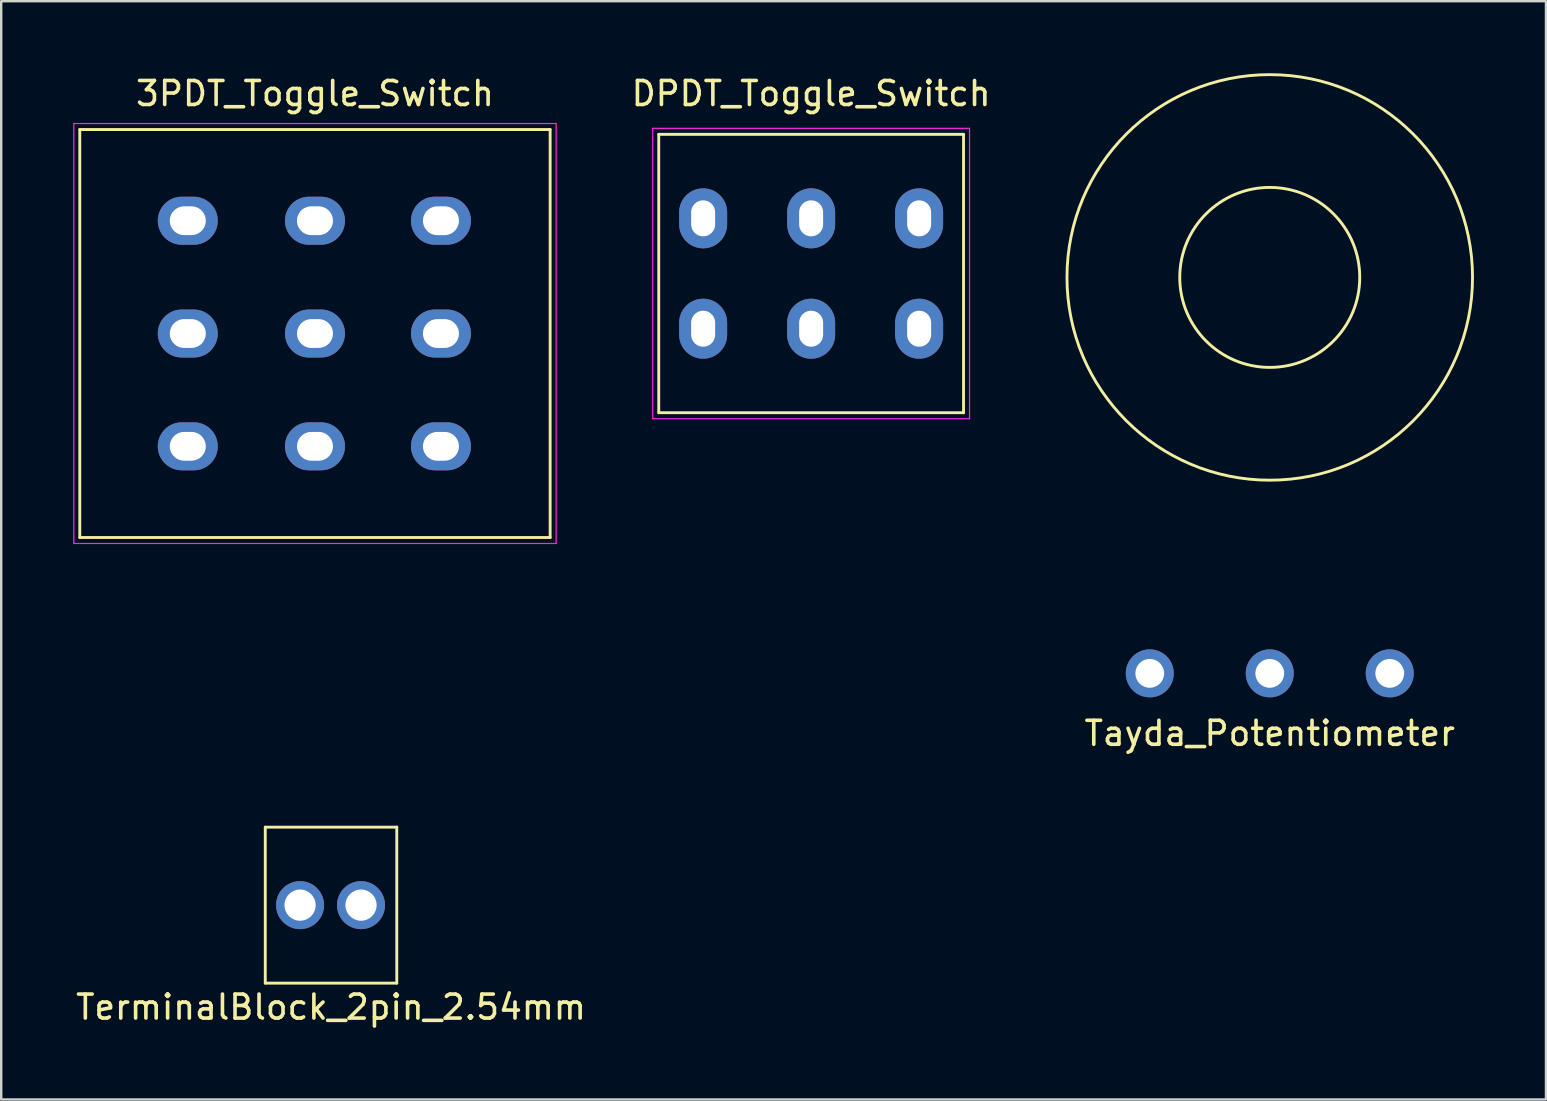
<source format=kicad_pcb>
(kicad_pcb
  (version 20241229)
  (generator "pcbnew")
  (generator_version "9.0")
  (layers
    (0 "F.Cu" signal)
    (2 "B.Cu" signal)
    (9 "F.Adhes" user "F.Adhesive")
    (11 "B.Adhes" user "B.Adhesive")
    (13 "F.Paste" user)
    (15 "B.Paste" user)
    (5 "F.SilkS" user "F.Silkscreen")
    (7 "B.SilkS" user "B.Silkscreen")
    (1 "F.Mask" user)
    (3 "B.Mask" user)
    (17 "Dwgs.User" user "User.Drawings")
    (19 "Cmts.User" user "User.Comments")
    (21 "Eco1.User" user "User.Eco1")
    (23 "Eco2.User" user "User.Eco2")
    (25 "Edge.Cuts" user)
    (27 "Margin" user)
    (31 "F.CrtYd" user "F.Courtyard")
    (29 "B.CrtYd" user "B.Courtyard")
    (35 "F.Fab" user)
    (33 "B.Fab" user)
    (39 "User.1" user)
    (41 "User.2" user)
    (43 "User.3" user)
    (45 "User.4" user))
  (footprint "3PDT_Toggle_Switch"
    (layer "F.Cu")
    (at 10.075 10.848)
    (property "Reference" "3PDT_Toggle_Switch" (at 0 -10 0) (layer "F.SilkS") (effects (font (size 1 1) (thickness 0.15))))
    (attr through_hole)
    (fp_line (start -9.8 -8.5) (end -9.8 8.5) (stroke (width 0.12) (type solid)) (layer "F.SilkS"))
    (fp_line (start -9.8 -8.5) (end 9.8 -8.5) (stroke (width 0.12) (type solid)) (layer "F.SilkS"))
    (fp_line (start -9.8 8.5) (end 9.8 8.5) (stroke (width 0.12) (type solid)) (layer "F.SilkS"))
    (fp_line (start 9.8 -8.5) (end 9.8 8.5) (stroke (width 0.12) (type solid)) (layer "F.SilkS"))
    (fp_line (start -10.05 -8.75) (end -10.05 8.75) (stroke (width 0.05) (type solid)) (layer "F.CrtYd"))
    (fp_line (start -10.05 -8.75) (end 10.05 -8.75) (stroke (width 0.05) (type solid)) (layer "F.CrtYd"))
    (fp_line (start -10.05 8.75) (end 10.05 8.75) (stroke (width 0.05) (type solid)) (layer "F.CrtYd"))
    (fp_line (start 10.05 -8.75) (end 10.05 8.75) (stroke (width 0.05) (type solid)) (layer "F.CrtYd"))
    (pad "1" thru_hole oval (at -5.3 -4.7) (size 2.5 2) (drill oval 1.5 1.2) (layers "*.Cu" "*.Mask"))
    (pad "2" thru_hole oval (at -5.3 0) (size 2.5 2) (drill oval 1.5 1.2) (layers "*.Cu" "*.Mask"))
    (pad "3" thru_hole oval (at -5.3 4.7) (size 2.5 2) (drill oval 1.5 1.2) (layers "*.Cu" "*.Mask"))
    (pad "4" thru_hole oval (at 0 -4.7) (size 2.5 2) (drill oval 1.5 1.2) (layers "*.Cu" "*.Mask"))
    (pad "5" thru_hole oval (at 0 0) (size 2.5 2) (drill oval 1.5 1.2) (layers "*.Cu" "*.Mask"))
    (pad "6" thru_hole oval (at 0 4.7) (size 2.5 2) (drill oval 1.5 1.2) (layers "*.Cu" "*.Mask"))
    (pad "7" thru_hole oval (at 5.25 -4.7) (size 2.5 2) (drill oval 1.5 1.2) (layers "*.Cu" "*.Mask"))
    (pad "8" thru_hole oval (at 5.25 0) (size 2.5 2) (drill oval 1.5 1.2) (layers "*.Cu" "*.Mask"))
    (pad "9" thru_hole oval (at 5.25 4.7) (size 2.5 2) (drill oval 1.5 1.2) (layers "*.Cu" "*.Mask")))
  (footprint "TerminalBlock_2pin_2.54mm"
    (layer "F.Cu")
    (at 10.744 34.668)
    (property "Reference" "TerminalBlock_2pin_2.54mm" (at 0 4.25 0) (layer "F.SilkS") (effects (font (size 1 1) (thickness 0.15))))
    (attr through_hole)
    (fp_line (start -2.74 -3.25) (end -2.74 3.25) (stroke (width 0.12) (type solid)) (layer "F.SilkS"))
    (fp_line (start -2.74 -3.25) (end 2.74 -3.25) (stroke (width 0.12) (type solid)) (layer "F.SilkS"))
    (fp_line (start -2.74 3.25) (end 2.74 3.25) (stroke (width 0.12) (type solid)) (layer "F.SilkS"))
    (fp_line (start 2.74 -3.25) (end 2.74 3.25) (stroke (width 0.12) (type solid)) (layer "F.SilkS"))
    (pad "1" thru_hole circle (at -1.29 0) (size 2 2) (drill 1.3) (layers "*.Cu" "*.Mask"))
    (pad "2" thru_hole circle (at 1.25 0) (size 2 2) (drill 1.3) (layers "*.Cu" "*.Mask")))
  (footprint "Tayda_Potentiometer"
    (layer "F.Cu")
    (at 49.862 24.76)
    (property "Reference" "Tayda_Potentiometer" (at 0 2.75 0) (layer "F.SilkS") (effects (font (size 1 1) (thickness 0.15))))
    (attr through_hole)
    (fp_circle (center 0 -16.25) (end 3.75 -16.25) (stroke (width 0.12) (type solid)) (fill no) (layer "F.SilkS"))
    (fp_circle (center 0 -16.25) (end 8.45 -16.25) (stroke (width 0.12) (type solid)) (fill no) (layer "F.SilkS"))
    (pad "1" thru_hole circle (at -5 0.25) (size 2 2) (drill 1.2) (layers "*.Cu" "*.Mask"))
    (pad "2" thru_hole circle (at 0 0.25) (size 2 2) (drill 1.2) (layers "*.Cu" "*.Mask"))
    (pad "3" thru_hole circle (at 5 0.25) (size 2 2) (drill 1.2) (layers "*.Cu" "*.Mask")))
  (footprint "DPDT_Toggle_Switch"
    (layer "F.Cu")
    (at 30.751 8.348)
    (property "Reference" "DPDT_Toggle_Switch" (at 0 -7.5 0) (layer "F.SilkS") (effects (font (size 1 1) (thickness 0.15))))
    (attr through_hole)
    (fp_line (start -6.35 -5.8) (end -6.35 5.8) (stroke (width 0.12) (type solid)) (layer "F.SilkS"))
    (fp_line (start -6.35 -5.8) (end 6.35 -5.8) (stroke (width 0.12) (type solid)) (layer "F.SilkS"))
    (fp_line (start -6.35 5.8) (end 6.35 5.8) (stroke (width 0.12) (type solid)) (layer "F.SilkS"))
    (fp_line (start 6.35 -5.8) (end 6.35 5.8) (stroke (width 0.12) (type solid)) (layer "F.SilkS"))
    (fp_line (start -6.6 -6.05) (end 6.6 -6.05) (stroke (width 0.05) (type solid)) (layer "F.CrtYd"))
    (fp_line (start -6.6 6.05) (end -6.6 -6.05) (stroke (width 0.05) (type solid)) (layer "F.CrtYd"))
    (fp_line (start 6.6 -6.05) (end 6.6 6.05) (stroke (width 0.05) (type solid)) (layer "F.CrtYd"))
    (fp_line (start 6.6 6.05) (end -6.6 6.05) (stroke (width 0.05) (type solid)) (layer "F.CrtYd"))
    (pad "1" thru_hole oval (at -4.5 -2.3) (size 2 2.5) (drill oval 1 1.5) (layers "*.Cu" "*.Mask"))
    (pad "2" thru_hole oval (at 0 -2.3) (size 2 2.5) (drill oval 1 1.5) (layers "*.Cu" "*.Mask"))
    (pad "3" thru_hole oval (at 4.5 -2.3) (size 2 2.5) (drill oval 1 1.5) (layers "*.Cu" "*.Mask"))
    (pad "4" thru_hole oval (at -4.5 2.3) (size 2 2.5) (drill oval 1 1.5) (layers "*.Cu" "*.Mask"))
    (pad "5" thru_hole oval (at 0 2.3) (size 2 2.5) (drill oval 1 1.5) (layers "*.Cu" "*.Mask"))
    (pad "6" thru_hole oval (at 4.5 2.3) (size 2 2.5) (drill oval 1 1.5) (layers "*.Cu" "*.Mask")))
  (gr_rect
    (start -3 -3)
    (end 61.372 42.767)
    (stroke (width 0.1) (type default))
    (fill no)
    (layer "Edge.Cuts")))
</source>
